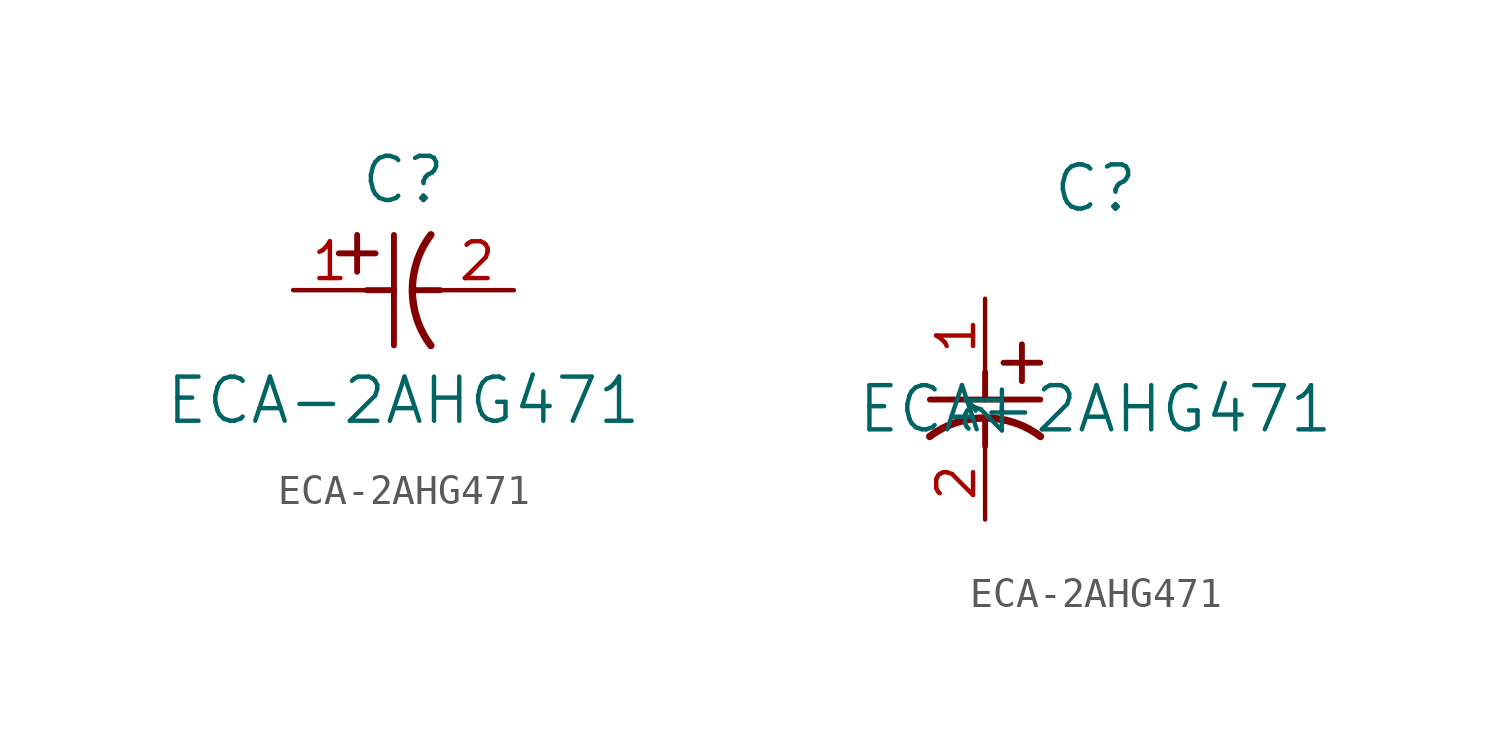
<source format=kicad_sym>
(kicad_symbol_lib
  (version 20211014)
  (generator kicad_symbol_editor)
  (symbol "ECA-2AHG471"
    (pin_names
      (offset 0.254))
    (property "Reference" "C"
      (at 3.81 3.81 0)
      (effects (font (size 1.524 1.524))))
    (property "Value" "ECA-2AHG471"
      (at 3.81 -3.81 0)
      (effects (font (size 1.524 1.524))))
    (symbol "ECA-2AHG471_1_1"
      (polyline (pts (xy 2.21 0.635) (xy 2.21 1.905)) (stroke (width 0.203) (type default) (color 0 0 0 0)) (fill (type none)))
      (arc (start 4.754132 1.910763) (mid 4.1148 0) (end 4.754132 -1.910763) (stroke (width 0.254) (type default) (color 0 0 0 0)) (fill (type none)))
      (polyline (pts (xy 4.115 0) (xy 5.08 0)) (stroke (width 0.203) (type default) (color 0 0 0 0)) (fill (type none)))
      (polyline (pts (xy 3.48 -1.905) (xy 3.48 1.905)) (stroke (width 0.203) (type default) (color 0 0 0 0)) (fill (type none)))
      (polyline (pts (xy 1.575 1.27) (xy 2.845 1.27)) (stroke (width 0.203) (type default) (color 0 0 0 0)) (fill (type none)))
      (polyline (pts (xy 2.54 0) (xy 3.48 0)) (stroke (width 0.203) (type default) (color 0 0 0 0)) (fill (type none)))
      (pin unspecified line (at 0 0 0) (length 2.54) (name "" (effects (font (size 1.27 1.27)))) (number "1" (effects (font (size 1.27 1.27)))))
      (pin unspecified line (at 7.62 0 180) (length 2.54) (name "" (effects (font (size 1.27 1.27)))) (number "2" (effects (font (size 1.27 1.27))))))
    (symbol "ECA-2AHG471_1_2"
      (polyline (pts (xy 0 -2.54) (xy 0 -3.48)) (stroke (width 0.203) (type default) (color 0 0 0 0)) (fill (type none)))
      (arc (start 1.910763 -4.754132) (mid 0 -4.1148) (end -1.910763 -4.754132) (stroke (width 0.254) (type default) (color 0 0 0 0)) (fill (type none)))
      (polyline (pts (xy -1.905 -3.48) (xy 1.905 -3.48)) (stroke (width 0.203) (type default) (color 0 0 0 0)) (fill (type none)))
      (polyline (pts (xy 0.635 -2.21) (xy 1.905 -2.21)) (stroke (width 0.203) (type default) (color 0 0 0 0)) (fill (type none)))
      (polyline (pts (xy 1.27 -1.575) (xy 1.27 -2.845)) (stroke (width 0.203) (type default) (color 0 0 0 0)) (fill (type none)))
      (polyline (pts (xy 0 -4.115) (xy 0 -5.08)) (stroke (width 0.203) (type default) (color 0 0 0 0)) (fill (type none)))
      (pin unspecified line (at 0 0 270) (length 2.54) (name "1" (effects (font (size 1.27 1.27)))) (number "1" (effects (font (size 1.27 1.27)))))
      (pin unspecified line (at 0 -7.62 90) (length 2.54) (name "2" (effects (font (size 1.27 1.27)))) (number "2" (effects (font (size 1.27 1.27))))))))
</source>
